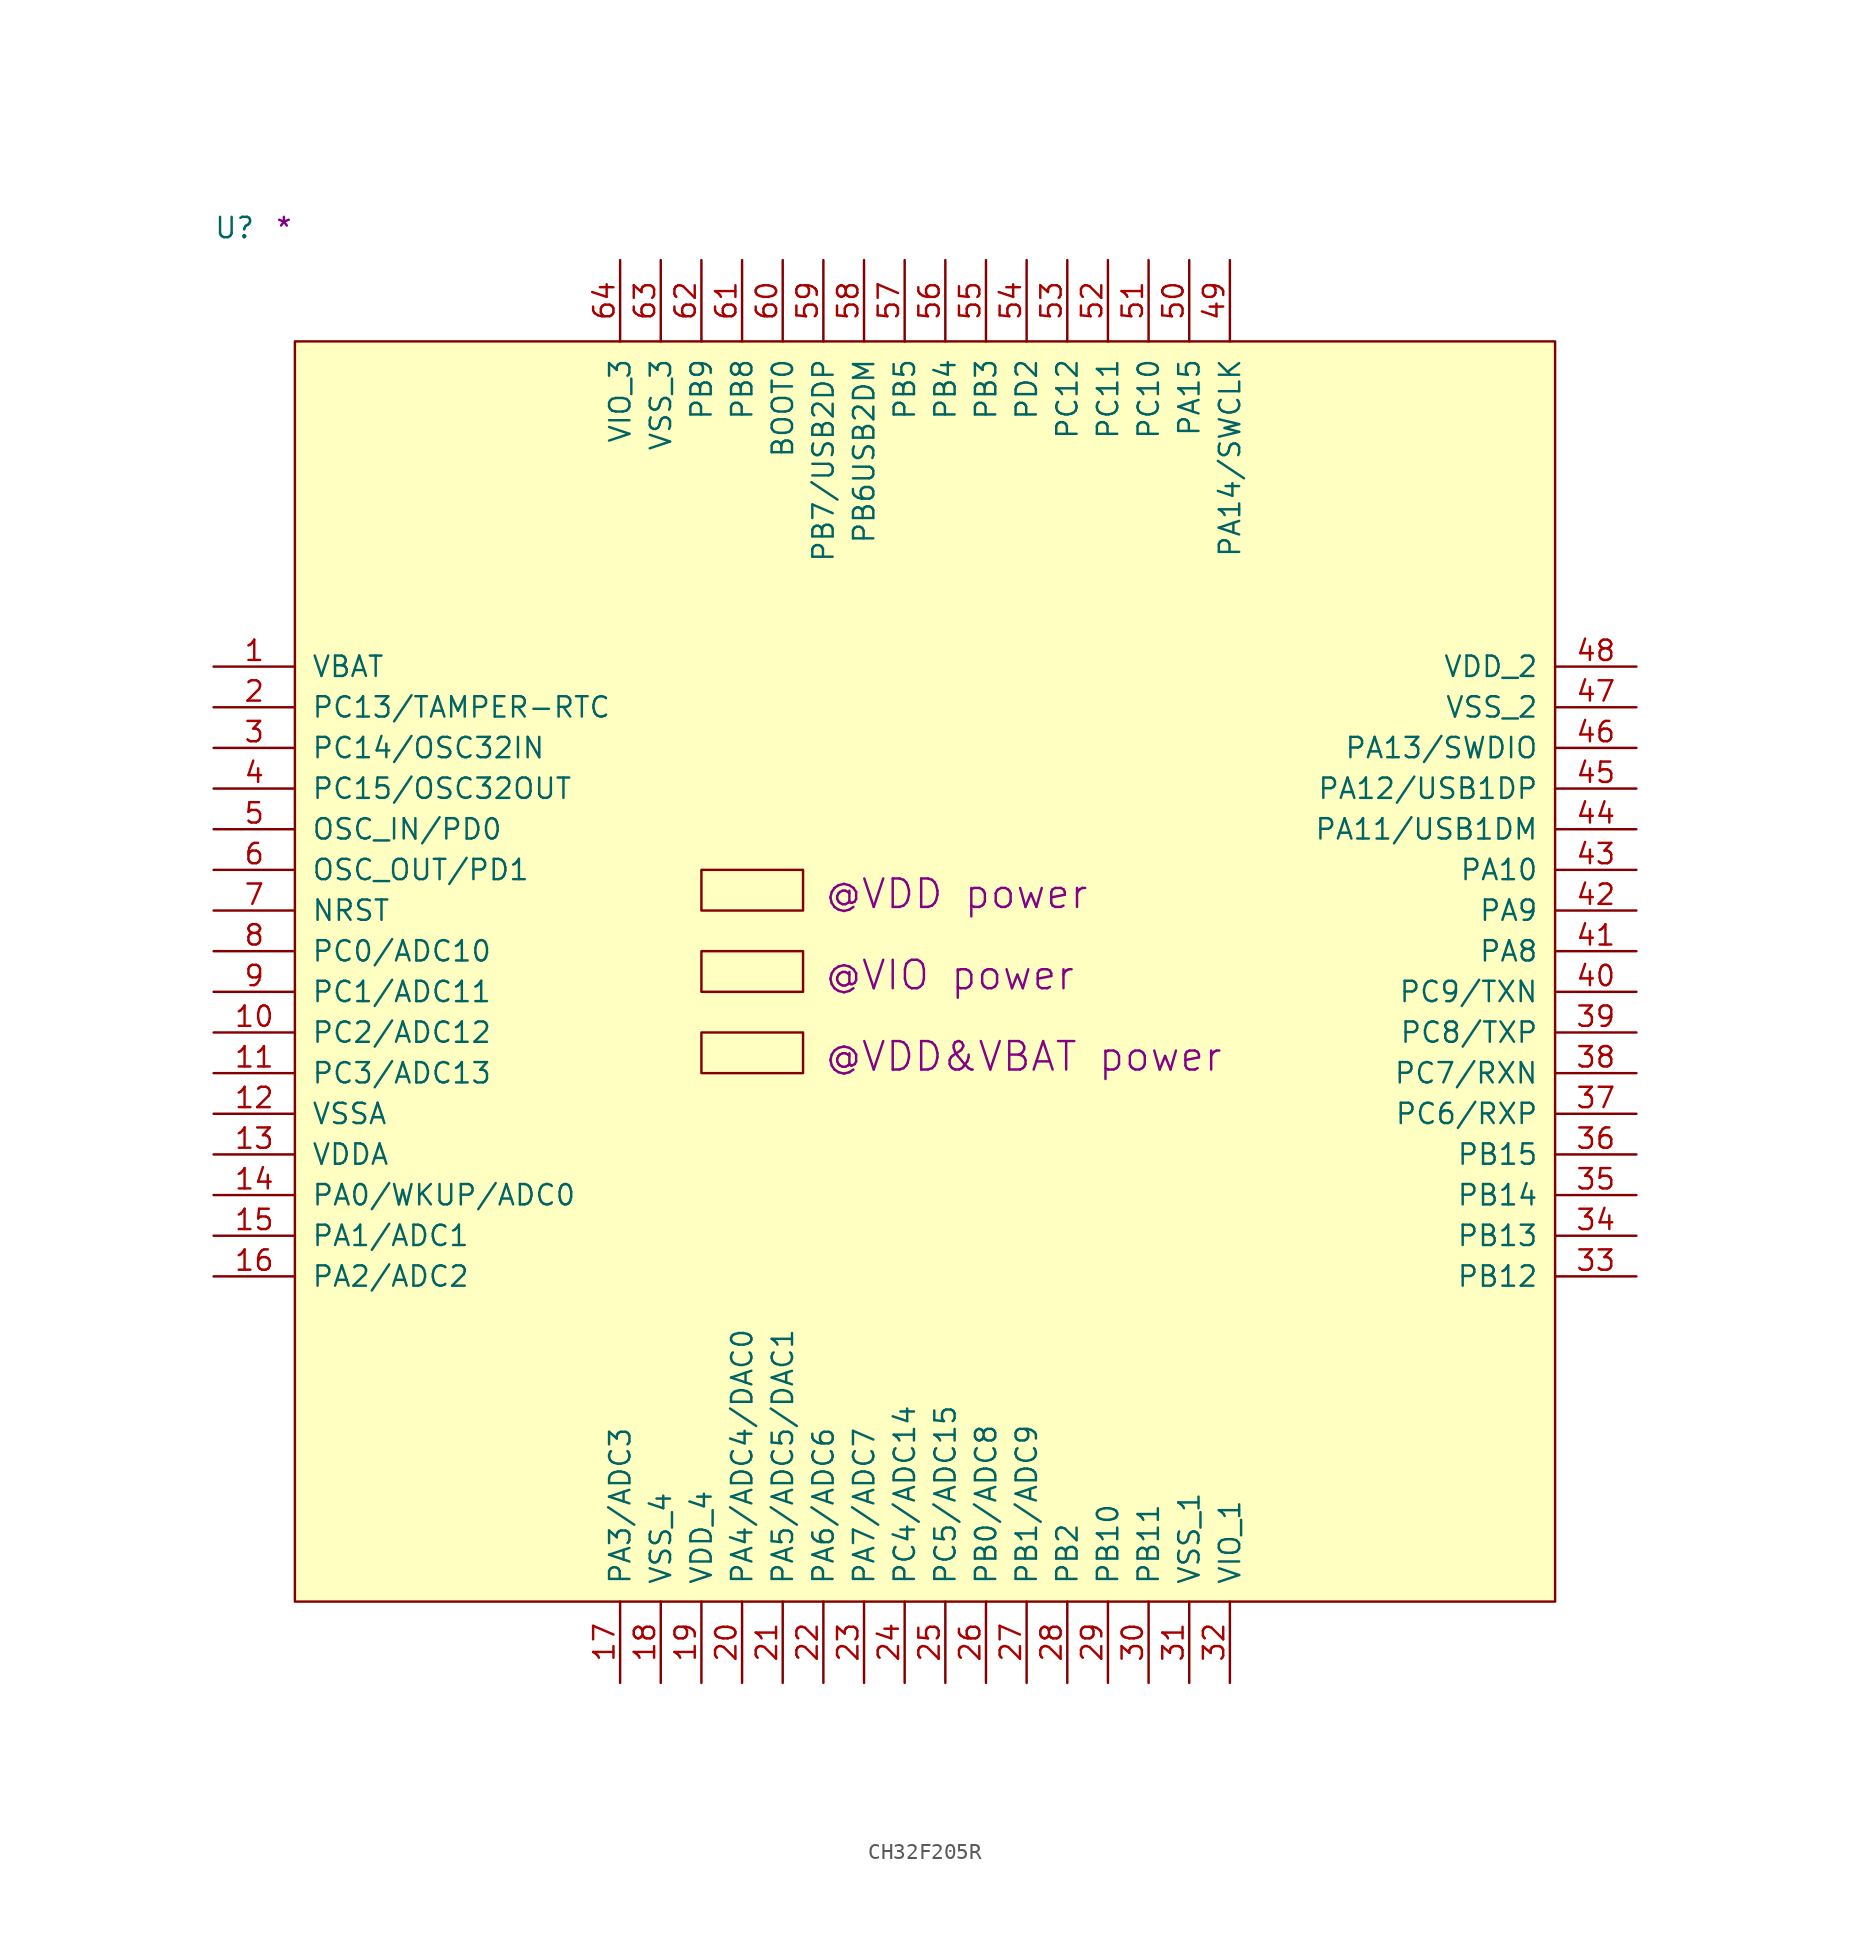
<source format=kicad_sym>
(kicad_symbol_lib
  (version 20211014)
  (generator kicad_symbol_editor)
  (symbol "CH32F205R"
    (pin_names
      (offset 1.016))
    (property "Reference" "U"
      (at -5.08 6.35 0)
      (effects (font (size 1.27 1.27)) (justify left bottom)))
    (property "user" "@VDD power"
      (at 33.02 -35.56 0)
      (effects (font (size 1.778 1.778)) (justify left bottom)))
    (property "user_1" "@VIO power"
      (at 33.02 -40.64 0)
      (effects (font (size 1.778 1.778)) (justify left bottom)))
    (property "user_2" "@VDD&VBAT power"
      (at 33.02 -45.72 0)
      (effects (font (size 1.778 1.778)) (justify left bottom)))
    (property "Comment" "*"
      (at -1.27 6.35 0)
      (effects (font (size 1.27 1.27)) (justify left bottom)))
    (symbol "CH32F205R_1_1"
      (rectangle (start 0 -78.74) (end 78.74 0) (stroke (width 0) (type default) (color 0 0 0 0)) (fill (type background)))
      (rectangle (start 25.4 -45.72) (end 31.75 -43.18) (stroke (width 0) (type default) (color 0 0 0 0)) (fill (type background)))
      (rectangle (start 25.4 -40.64) (end 31.75 -38.1) (stroke (width 0) (type default) (color 0 0 0 0)) (fill (type background)))
      (rectangle (start 25.4 -35.56) (end 31.75 -33.02) (stroke (width 0) (type default) (color 0 0 0 0)) (fill (type background)))
      (pin power_in line (at -5.08 -20.32 0) (length 5.08) (name "VBAT" (effects (font (size 1.27 1.27)))) (number "1" (effects (font (size 1.27 1.27)))))
      (pin bidirectional line (at -5.08 -43.18 0) (length 5.08) (name "PC2/ADC12" (effects (font (size 1.27 1.27)))) (number "10" (effects (font (size 1.27 1.27)))))
      (pin bidirectional line (at -5.08 -45.72 0) (length 5.08) (name "PC3/ADC13" (effects (font (size 1.27 1.27)))) (number "11" (effects (font (size 1.27 1.27)))))
      (pin power_in line (at -5.08 -48.26 0) (length 5.08) (name "VSSA" (effects (font (size 1.27 1.27)))) (number "12" (effects (font (size 1.27 1.27)))))
      (pin power_in line (at -5.08 -50.8 0) (length 5.08) (name "VDDA" (effects (font (size 1.27 1.27)))) (number "13" (effects (font (size 1.27 1.27)))))
      (pin bidirectional line (at -5.08 -53.34 0) (length 5.08) (name "PA0/WKUP/ADC0" (effects (font (size 1.27 1.27)))) (number "14" (effects (font (size 1.27 1.27)))))
      (pin bidirectional line (at -5.08 -55.88 0) (length 5.08) (name "PA1/ADC1" (effects (font (size 1.27 1.27)))) (number "15" (effects (font (size 1.27 1.27)))))
      (pin bidirectional line (at -5.08 -58.42 0) (length 5.08) (name "PA2/ADC2" (effects (font (size 1.27 1.27)))) (number "16" (effects (font (size 1.27 1.27)))))
      (pin bidirectional line (at 20.32 -83.82 90) (length 5.08) (name "PA3/ADC3" (effects (font (size 1.27 1.27)))) (number "17" (effects (font (size 1.27 1.27)))))
      (pin power_in line (at 22.86 -83.82 90) (length 5.08) (name "VSS_4" (effects (font (size 1.27 1.27)))) (number "18" (effects (font (size 1.27 1.27)))))
      (pin power_in line (at 25.4 -83.82 90) (length 5.08) (name "VDD_4" (effects (font (size 1.27 1.27)))) (number "19" (effects (font (size 1.27 1.27)))))
      (pin bidirectional line (at -5.08 -22.86 0) (length 5.08) (name "PC13/TAMPER-RTC" (effects (font (size 1.27 1.27)))) (number "2" (effects (font (size 1.27 1.27)))))
      (pin bidirectional line (at 27.94 -83.82 90) (length 5.08) (name "PA4/ADC4/DAC0" (effects (font (size 1.27 1.27)))) (number "20" (effects (font (size 1.27 1.27)))))
      (pin bidirectional line (at 30.48 -83.82 90) (length 5.08) (name "PA5/ADC5/DAC1" (effects (font (size 1.27 1.27)))) (number "21" (effects (font (size 1.27 1.27)))))
      (pin bidirectional line (at 33.02 -83.82 90) (length 5.08) (name "PA6/ADC6" (effects (font (size 1.27 1.27)))) (number "22" (effects (font (size 1.27 1.27)))))
      (pin bidirectional line (at 35.56 -83.82 90) (length 5.08) (name "PA7/ADC7" (effects (font (size 1.27 1.27)))) (number "23" (effects (font (size 1.27 1.27)))))
      (pin bidirectional line (at 38.1 -83.82 90) (length 5.08) (name "PC4/ADC14" (effects (font (size 1.27 1.27)))) (number "24" (effects (font (size 1.27 1.27)))))
      (pin bidirectional line (at 40.64 -83.82 90) (length 5.08) (name "PC5/ADC15" (effects (font (size 1.27 1.27)))) (number "25" (effects (font (size 1.27 1.27)))))
      (pin bidirectional line (at 43.18 -83.82 90) (length 5.08) (name "PB0/ADC8" (effects (font (size 1.27 1.27)))) (number "26" (effects (font (size 1.27 1.27)))))
      (pin bidirectional line (at 45.72 -83.82 90) (length 5.08) (name "PB1/ADC9" (effects (font (size 1.27 1.27)))) (number "27" (effects (font (size 1.27 1.27)))))
      (pin bidirectional line (at 48.26 -83.82 90) (length 5.08) (name "PB2" (effects (font (size 1.27 1.27)))) (number "28" (effects (font (size 1.27 1.27)))))
      (pin bidirectional line (at 50.8 -83.82 90) (length 5.08) (name "PB10" (effects (font (size 1.27 1.27)))) (number "29" (effects (font (size 1.27 1.27)))))
      (pin bidirectional line (at -5.08 -25.4 0) (length 5.08) (name "PC14/OSC32IN" (effects (font (size 1.27 1.27)))) (number "3" (effects (font (size 1.27 1.27)))))
      (pin bidirectional line (at 53.34 -83.82 90) (length 5.08) (name "PB11" (effects (font (size 1.27 1.27)))) (number "30" (effects (font (size 1.27 1.27)))))
      (pin power_in line (at 55.88 -83.82 90) (length 5.08) (name "VSS_1" (effects (font (size 1.27 1.27)))) (number "31" (effects (font (size 1.27 1.27)))))
      (pin power_in line (at 58.42 -83.82 90) (length 5.08) (name "VIO_1" (effects (font (size 1.27 1.27)))) (number "32" (effects (font (size 1.27 1.27)))))
      (pin bidirectional line (at 83.82 -58.42 180) (length 5.08) (name "PB12" (effects (font (size 1.27 1.27)))) (number "33" (effects (font (size 1.27 1.27)))))
      (pin bidirectional line (at 83.82 -55.88 180) (length 5.08) (name "PB13" (effects (font (size 1.27 1.27)))) (number "34" (effects (font (size 1.27 1.27)))))
      (pin bidirectional line (at 83.82 -53.34 180) (length 5.08) (name "PB14" (effects (font (size 1.27 1.27)))) (number "35" (effects (font (size 1.27 1.27)))))
      (pin bidirectional line (at 83.82 -50.8 180) (length 5.08) (name "PB15" (effects (font (size 1.27 1.27)))) (number "36" (effects (font (size 1.27 1.27)))))
      (pin bidirectional line (at 83.82 -48.26 180) (length 5.08) (name "PC6/RXP" (effects (font (size 1.27 1.27)))) (number "37" (effects (font (size 1.27 1.27)))))
      (pin bidirectional line (at 83.82 -45.72 180) (length 5.08) (name "PC7/RXN" (effects (font (size 1.27 1.27)))) (number "38" (effects (font (size 1.27 1.27)))))
      (pin bidirectional line (at 83.82 -43.18 180) (length 5.08) (name "PC8/TXP" (effects (font (size 1.27 1.27)))) (number "39" (effects (font (size 1.27 1.27)))))
      (pin bidirectional line (at -5.08 -27.94 0) (length 5.08) (name "PC15/OSC32OUT" (effects (font (size 1.27 1.27)))) (number "4" (effects (font (size 1.27 1.27)))))
      (pin bidirectional line (at 83.82 -40.64 180) (length 5.08) (name "PC9/TXN" (effects (font (size 1.27 1.27)))) (number "40" (effects (font (size 1.27 1.27)))))
      (pin bidirectional line (at 83.82 -38.1 180) (length 5.08) (name "PA8" (effects (font (size 1.27 1.27)))) (number "41" (effects (font (size 1.27 1.27)))))
      (pin bidirectional line (at 83.82 -35.56 180) (length 5.08) (name "PA9" (effects (font (size 1.27 1.27)))) (number "42" (effects (font (size 1.27 1.27)))))
      (pin bidirectional line (at 83.82 -33.02 180) (length 5.08) (name "PA10" (effects (font (size 1.27 1.27)))) (number "43" (effects (font (size 1.27 1.27)))))
      (pin bidirectional line (at 83.82 -30.48 180) (length 5.08) (name "PA11/USB1DM" (effects (font (size 1.27 1.27)))) (number "44" (effects (font (size 1.27 1.27)))))
      (pin bidirectional line (at 83.82 -27.94 180) (length 5.08) (name "PA12/USB1DP" (effects (font (size 1.27 1.27)))) (number "45" (effects (font (size 1.27 1.27)))))
      (pin bidirectional line (at 83.82 -25.4 180) (length 5.08) (name "PA13/SWDIO" (effects (font (size 1.27 1.27)))) (number "46" (effects (font (size 1.27 1.27)))))
      (pin power_in line (at 83.82 -22.86 180) (length 5.08) (name "VSS_2" (effects (font (size 1.27 1.27)))) (number "47" (effects (font (size 1.27 1.27)))))
      (pin power_in line (at 83.82 -20.32 180) (length 5.08) (name "VDD_2" (effects (font (size 1.27 1.27)))) (number "48" (effects (font (size 1.27 1.27)))))
      (pin bidirectional line (at 58.42 5.08 270) (length 5.08) (name "PA14/SWCLK" (effects (font (size 1.27 1.27)))) (number "49" (effects (font (size 1.27 1.27)))))
      (pin input line (at -5.08 -30.48 0) (length 5.08) (name "OSC_IN/PD0" (effects (font (size 1.27 1.27)))) (number "5" (effects (font (size 1.27 1.27)))))
      (pin bidirectional line (at 55.88 5.08 270) (length 5.08) (name "PA15" (effects (font (size 1.27 1.27)))) (number "50" (effects (font (size 1.27 1.27)))))
      (pin bidirectional line (at 53.34 5.08 270) (length 5.08) (name "PC10" (effects (font (size 1.27 1.27)))) (number "51" (effects (font (size 1.27 1.27)))))
      (pin bidirectional line (at 50.8 5.08 270) (length 5.08) (name "PC11" (effects (font (size 1.27 1.27)))) (number "52" (effects (font (size 1.27 1.27)))))
      (pin bidirectional line (at 48.26 5.08 270) (length 5.08) (name "PC12" (effects (font (size 1.27 1.27)))) (number "53" (effects (font (size 1.27 1.27)))))
      (pin bidirectional line (at 45.72 5.08 270) (length 5.08) (name "PD2" (effects (font (size 1.27 1.27)))) (number "54" (effects (font (size 1.27 1.27)))))
      (pin bidirectional line (at 43.18 5.08 270) (length 5.08) (name "PB3" (effects (font (size 1.27 1.27)))) (number "55" (effects (font (size 1.27 1.27)))))
      (pin bidirectional line (at 40.64 5.08 270) (length 5.08) (name "PB4" (effects (font (size 1.27 1.27)))) (number "56" (effects (font (size 1.27 1.27)))))
      (pin bidirectional line (at 38.1 5.08 270) (length 5.08) (name "PB5" (effects (font (size 1.27 1.27)))) (number "57" (effects (font (size 1.27 1.27)))))
      (pin bidirectional line (at 35.56 5.08 270) (length 5.08) (name "PB6USB2DM" (effects (font (size 1.27 1.27)))) (number "58" (effects (font (size 1.27 1.27)))))
      (pin bidirectional line (at 33.02 5.08 270) (length 5.08) (name "PB7/USB2DP" (effects (font (size 1.27 1.27)))) (number "59" (effects (font (size 1.27 1.27)))))
      (pin output line (at -5.08 -33.02 0) (length 5.08) (name "OSC_OUT/PD1" (effects (font (size 1.27 1.27)))) (number "6" (effects (font (size 1.27 1.27)))))
      (pin input line (at 30.48 5.08 270) (length 5.08) (name "BOOT0" (effects (font (size 1.27 1.27)))) (number "60" (effects (font (size 1.27 1.27)))))
      (pin bidirectional line (at 27.94 5.08 270) (length 5.08) (name "PB8" (effects (font (size 1.27 1.27)))) (number "61" (effects (font (size 1.27 1.27)))))
      (pin bidirectional line (at 25.4 5.08 270) (length 5.08) (name "PB9" (effects (font (size 1.27 1.27)))) (number "62" (effects (font (size 1.27 1.27)))))
      (pin power_in line (at 22.86 5.08 270) (length 5.08) (name "VSS_3" (effects (font (size 1.27 1.27)))) (number "63" (effects (font (size 1.27 1.27)))))
      (pin power_in line (at 20.32 5.08 270) (length 5.08) (name "VIO_3" (effects (font (size 1.27 1.27)))) (number "64" (effects (font (size 1.27 1.27)))))
      (pin bidirectional line (at -5.08 -35.56 0) (length 5.08) (name "NRST" (effects (font (size 1.27 1.27)))) (number "7" (effects (font (size 1.27 1.27)))))
      (pin bidirectional line (at -5.08 -38.1 0) (length 5.08) (name "PC0/ADC10" (effects (font (size 1.27 1.27)))) (number "8" (effects (font (size 1.27 1.27)))))
      (pin bidirectional line (at -5.08 -40.64 0) (length 5.08) (name "PC1/ADC11" (effects (font (size 1.27 1.27)))) (number "9" (effects (font (size 1.27 1.27))))))))
</source>
